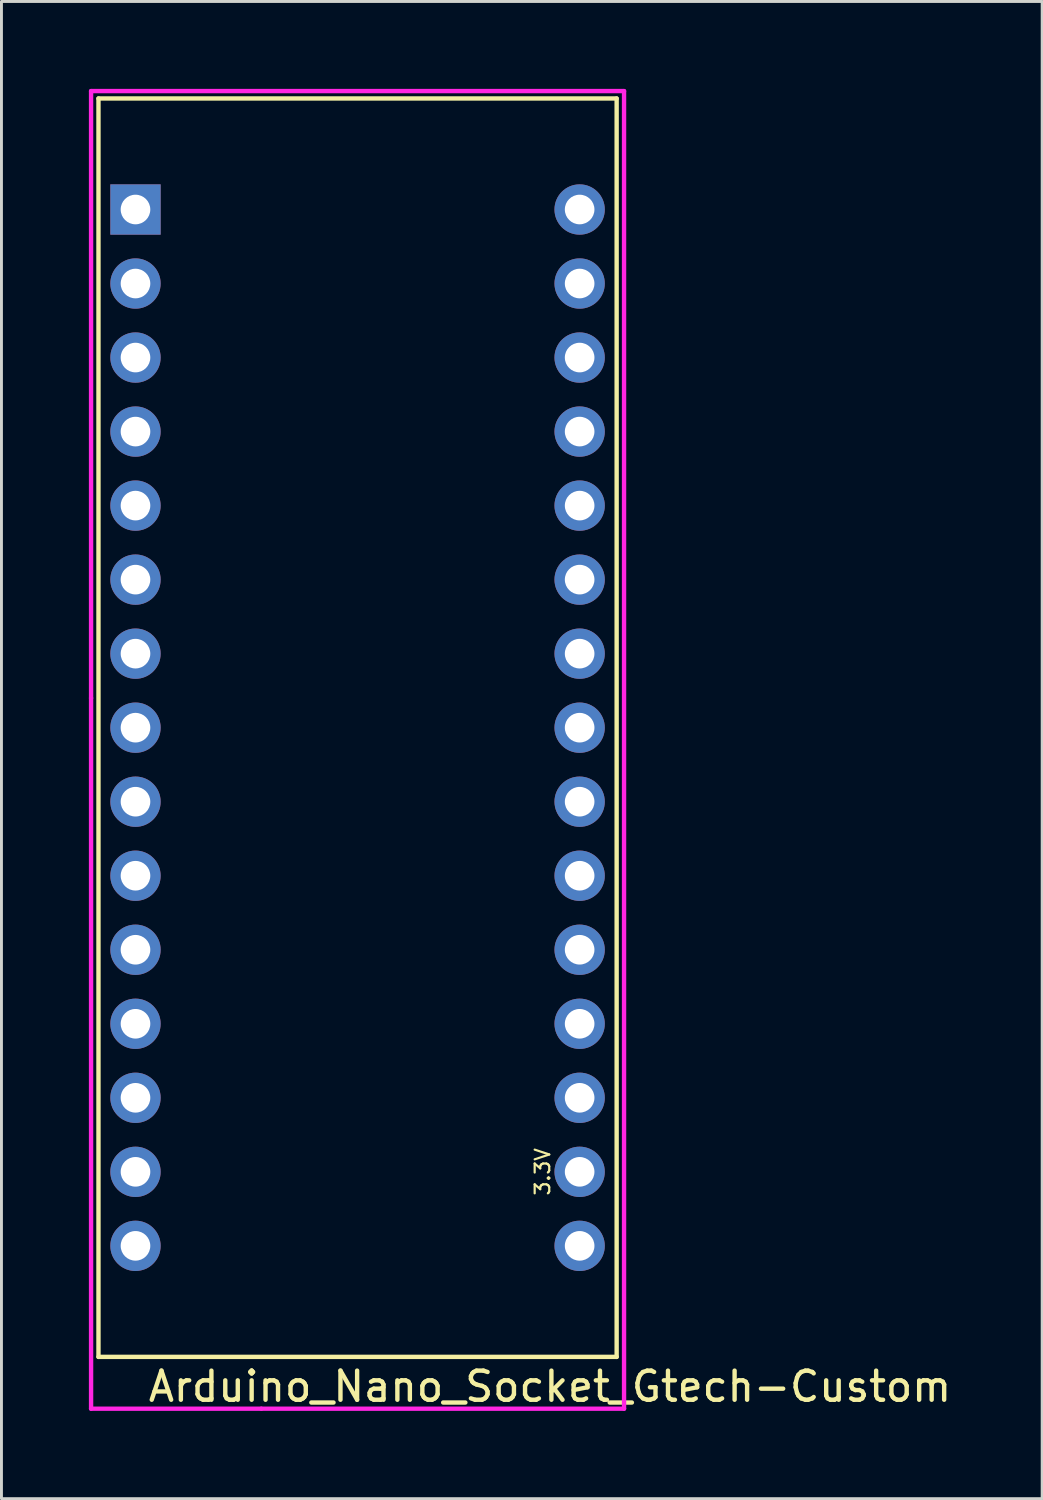
<source format=kicad_pcb>
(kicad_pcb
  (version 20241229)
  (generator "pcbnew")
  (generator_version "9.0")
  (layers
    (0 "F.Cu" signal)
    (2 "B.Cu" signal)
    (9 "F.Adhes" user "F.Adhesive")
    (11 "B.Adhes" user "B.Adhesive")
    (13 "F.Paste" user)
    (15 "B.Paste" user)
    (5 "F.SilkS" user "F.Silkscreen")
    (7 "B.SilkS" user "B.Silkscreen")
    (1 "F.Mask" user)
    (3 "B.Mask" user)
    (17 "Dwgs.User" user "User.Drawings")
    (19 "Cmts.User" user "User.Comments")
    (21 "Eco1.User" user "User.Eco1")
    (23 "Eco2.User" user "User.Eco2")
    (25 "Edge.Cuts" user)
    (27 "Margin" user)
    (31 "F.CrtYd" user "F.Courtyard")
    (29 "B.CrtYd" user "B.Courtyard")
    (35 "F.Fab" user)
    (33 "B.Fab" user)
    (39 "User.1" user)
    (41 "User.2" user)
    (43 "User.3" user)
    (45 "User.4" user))
  (footprint "Arduino_Nano_Socket_Gtech-Custom"
    (layer "F.Cu")
    (at 9.219 43.509)
    (property "Reference" "Arduino_Nano_Socket_Gtech-Custom" (at 6.604 1.016 0) (layer "F.SilkS") (effects (font (size 1 1) (thickness 0.15))))
    (attr through_hole)
    (fp_line (start -8.89 -43.18) (end -8.89 0) (stroke (width 0.15) (type solid)) (layer "F.SilkS"))
    (fp_line (start -8.89 -43.18) (end 8.89 -43.18) (stroke (width 0.15) (type solid)) (layer "F.SilkS"))
    (fp_line (start -8.89 0) (end 8.89 0) (stroke (width 0.15) (type solid)) (layer "F.SilkS"))
    (fp_line (start 8.89 -43.18) (end 8.89 0) (stroke (width 0.15) (type solid)) (layer "F.SilkS"))
    (fp_line (start -9.144 -43.434) (end 9.144 -43.434) (stroke (width 0.15) (type solid)) (layer "F.CrtYd"))
    (fp_line (start -9.144 -22.606) (end -9.144 -43.434) (stroke (width 0.15) (type solid)) (layer "F.CrtYd"))
    (fp_line (start -9.144 1.778) (end -9.144 -22.606) (stroke (width 0.15) (type solid)) (layer "F.CrtYd"))
    (fp_line (start -3.302 1.778) (end -9.144 1.778) (stroke (width 0.15) (type solid)) (layer "F.CrtYd"))
    (fp_line (start 9.144 -43.434) (end 9.144 1.778) (stroke (width 0.15) (type solid)) (layer "F.CrtYd"))
    (fp_line (start 9.144 1.778) (end -3.302 1.778) (stroke (width 0.15) (type solid)) (layer "F.CrtYd"))
    (fp_text user "3.3V" (at 6.35 -6.35 90) (layer "F.SilkS") (effects (font (size 0.5 0.5) (thickness 0.075))))
    (pad "1" thru_hole rect (at -7.62 -39.37) (size 1.727 1.727) (drill 1.016) (layers "*.Cu" "*.Mask"))
    (pad "2" thru_hole circle (at -7.62 -36.83) (size 1.727 1.727) (drill 1.016) (layers "*.Cu" "*.Mask"))
    (pad "3" thru_hole circle (at -7.62 -34.29) (size 1.727 1.727) (drill 1.016) (layers "*.Cu" "*.Mask"))
    (pad "4" thru_hole circle (at -7.62 -31.75) (size 1.727 1.727) (drill 1.016) (layers "*.Cu" "*.Mask"))
    (pad "5" thru_hole circle (at -7.62 -29.21) (size 1.727 1.727) (drill 1.016) (layers "*.Cu" "*.Mask"))
    (pad "6" thru_hole circle (at -7.62 -26.67) (size 1.727 1.727) (drill 1.016) (layers "*.Cu" "*.Mask"))
    (pad "7" thru_hole circle (at -7.62 -24.13) (size 1.727 1.727) (drill 1.016) (layers "*.Cu" "*.Mask"))
    (pad "8" thru_hole circle (at -7.62 -21.59) (size 1.727 1.727) (drill 1.016) (layers "*.Cu" "*.Mask"))
    (pad "9" thru_hole circle (at -7.62 -19.05) (size 1.727 1.727) (drill 1.016) (layers "*.Cu" "*.Mask"))
    (pad "10" thru_hole circle (at -7.62 -16.51) (size 1.727 1.727) (drill 1.016) (layers "*.Cu" "*.Mask"))
    (pad "11" thru_hole circle (at -7.62 -13.97) (size 1.727 1.727) (drill 1.016) (layers "*.Cu" "*.Mask"))
    (pad "12" thru_hole circle (at -7.62 -11.43) (size 1.727 1.727) (drill 1.016) (layers "*.Cu" "*.Mask"))
    (pad "13" thru_hole circle (at -7.62 -8.89) (size 1.727 1.727) (drill 1.016) (layers "*.Cu" "*.Mask"))
    (pad "14" thru_hole circle (at -7.62 -6.35) (size 1.727 1.727) (drill 1.016) (layers "*.Cu" "*.Mask"))
    (pad "15" thru_hole circle (at -7.62 -3.81) (size 1.727 1.727) (drill 1.016) (layers "*.Cu" "*.Mask"))
    (pad "16" thru_hole circle (at 7.62 -3.81) (size 1.727 1.727) (drill 1.016) (layers "*.Cu" "*.Mask"))
    (pad "17" thru_hole circle (at 7.62 -6.35) (size 1.727 1.727) (drill 1.016) (layers "*.Cu" "*.Mask"))
    (pad "18" thru_hole circle (at 7.62 -8.89) (size 1.727 1.727) (drill 1.016) (layers "*.Cu" "*.Mask"))
    (pad "19" thru_hole circle (at 7.62 -11.43) (size 1.727 1.727) (drill 1.016) (layers "*.Cu" "*.Mask"))
    (pad "20" thru_hole circle (at 7.62 -13.97) (size 1.727 1.727) (drill 1.016) (layers "*.Cu" "*.Mask"))
    (pad "21" thru_hole circle (at 7.62 -16.51) (size 1.727 1.727) (drill 1.016) (layers "*.Cu" "*.Mask"))
    (pad "22" thru_hole circle (at 7.62 -19.05) (size 1.727 1.727) (drill 1.016) (layers "*.Cu" "*.Mask"))
    (pad "23" thru_hole circle (at 7.62 -21.59) (size 1.727 1.727) (drill 1.016) (layers "*.Cu" "*.Mask"))
    (pad "24" thru_hole circle (at 7.62 -24.13) (size 1.727 1.727) (drill 1.016) (layers "*.Cu" "*.Mask"))
    (pad "25" thru_hole circle (at 7.62 -26.67) (size 1.727 1.727) (drill 1.016) (layers "*.Cu" "*.Mask"))
    (pad "26" thru_hole circle (at 7.62 -29.21) (size 1.727 1.727) (drill 1.016) (layers "*.Cu" "*.Mask"))
    (pad "27" thru_hole circle (at 7.62 -31.75) (size 1.727 1.727) (drill 1.016) (layers "*.Cu" "*.Mask"))
    (pad "28" thru_hole circle (at 7.62 -34.29) (size 1.727 1.727) (drill 1.016) (layers "*.Cu" "*.Mask"))
    (pad "29" thru_hole circle (at 7.62 -36.83) (size 1.727 1.727) (drill 1.016) (layers "*.Cu" "*.Mask"))
    (pad "30" thru_hole circle (at 7.62 -39.37) (size 1.727 1.727) (drill 1.016) (layers "*.Cu" "*.Mask")))
  (gr_rect
    (start -3 -3)
    (end 32.71 48.373)
    (stroke (width 0.1) (type default))
    (fill no)
    (layer "Edge.Cuts")))
</source>
